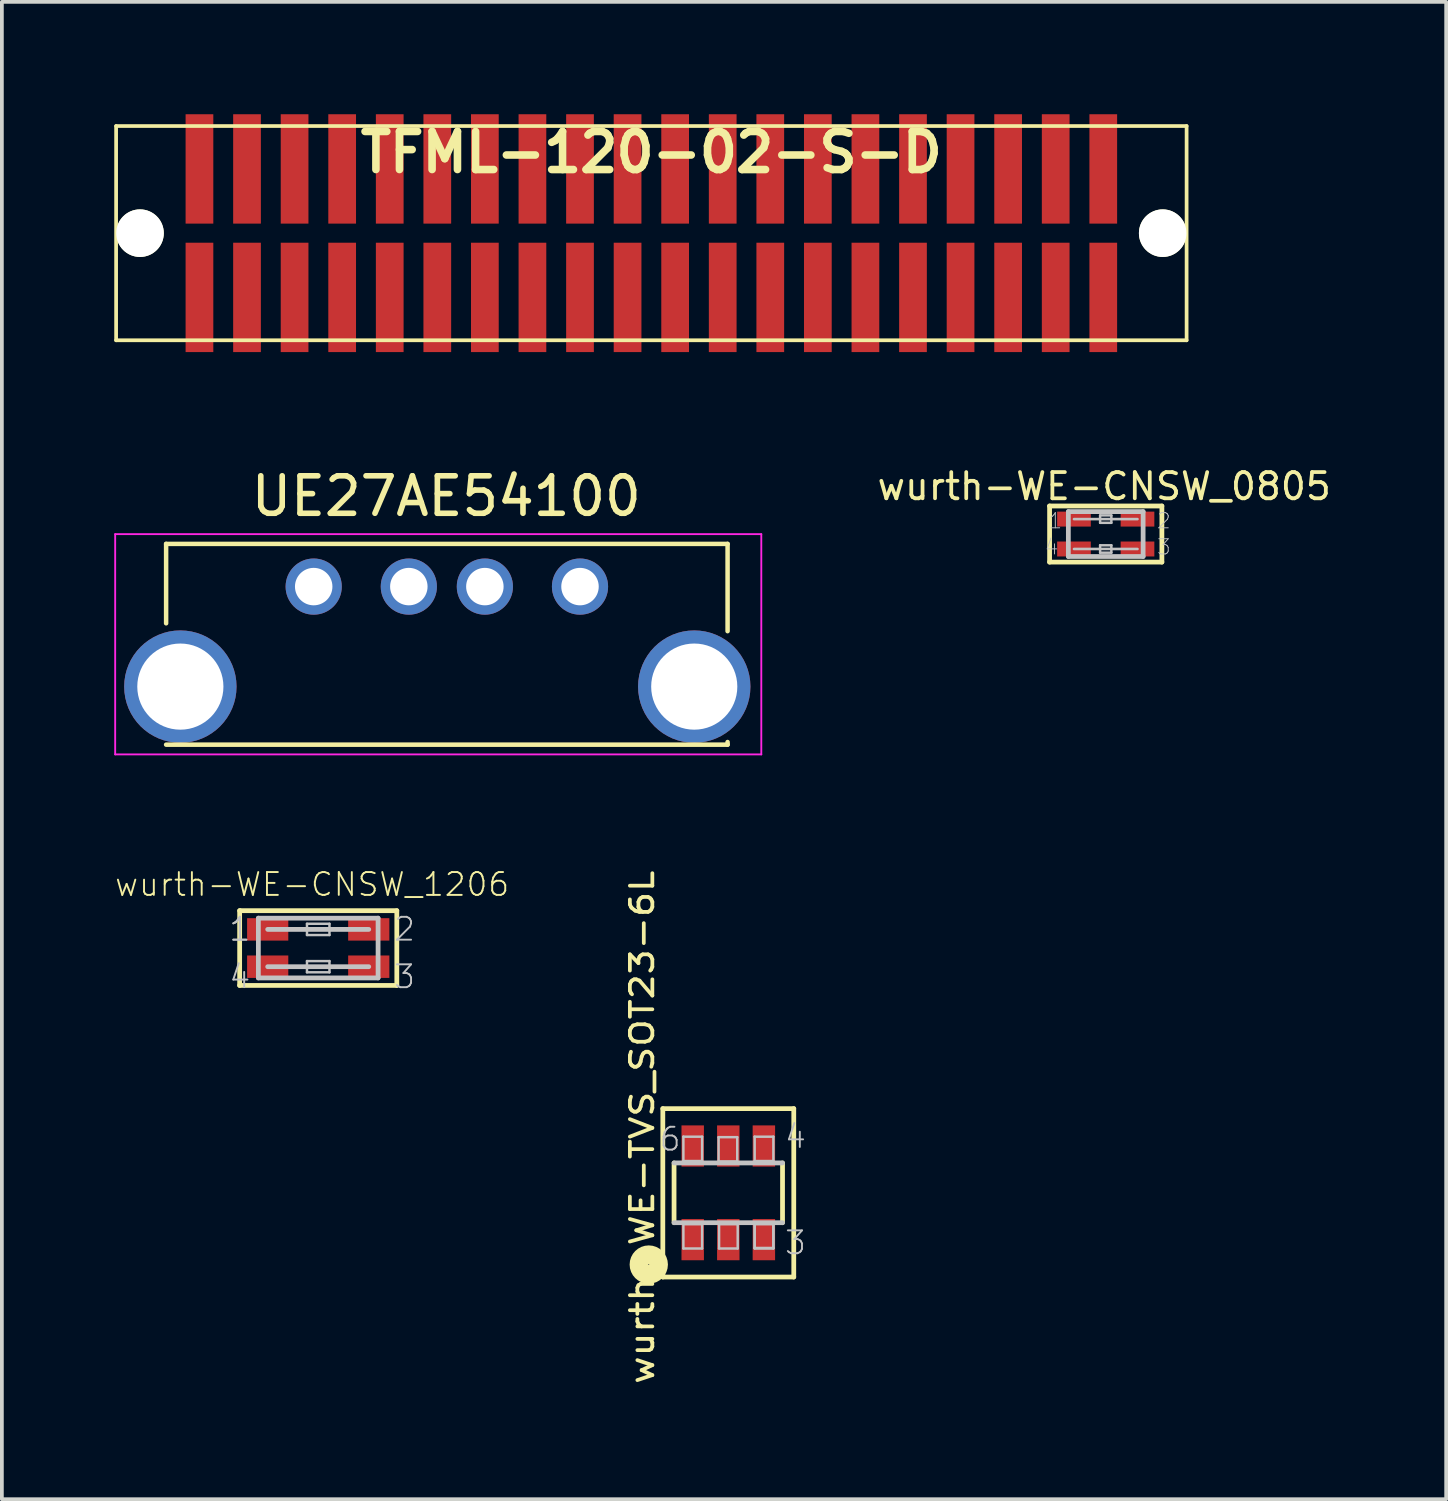
<source format=kicad_pcb>
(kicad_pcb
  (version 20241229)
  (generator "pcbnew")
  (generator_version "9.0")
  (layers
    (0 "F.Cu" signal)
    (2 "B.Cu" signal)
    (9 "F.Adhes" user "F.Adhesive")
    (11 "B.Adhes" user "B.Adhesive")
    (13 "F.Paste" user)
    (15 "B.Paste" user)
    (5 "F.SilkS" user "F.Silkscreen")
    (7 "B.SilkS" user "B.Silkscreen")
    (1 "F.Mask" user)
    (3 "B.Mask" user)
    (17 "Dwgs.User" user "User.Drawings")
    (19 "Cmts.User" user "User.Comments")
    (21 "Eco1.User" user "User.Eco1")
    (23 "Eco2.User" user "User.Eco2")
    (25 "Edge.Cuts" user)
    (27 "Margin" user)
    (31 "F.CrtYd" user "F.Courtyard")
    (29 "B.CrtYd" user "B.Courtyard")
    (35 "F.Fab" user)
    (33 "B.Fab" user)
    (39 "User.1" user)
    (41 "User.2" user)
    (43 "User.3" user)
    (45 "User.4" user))
  (footprint "wurth-WE-CNSW_1206"
    (layer "F.Cu")
    (at 5.446 22.261)
    (property "Reference" "wurth-WE-CNSW_1206" (at -0.163 -1.699 0) (layer "F.SilkS") (effects (font (size 0.61 0.61) (thickness 0.051))))
    (attr smd)
    (fp_line (start -2.098 -0.998) (end 2.098 -0.998) (stroke (width 0.127) (type solid)) (layer "F.SilkS"))
    (fp_line (start -2.098 0.998) (end -2.098 -0.998) (stroke (width 0.127) (type solid)) (layer "F.SilkS"))
    (fp_line (start 2.098 -0.998) (end 2.098 0.998) (stroke (width 0.127) (type solid)) (layer "F.SilkS"))
    (fp_line (start 2.098 0.998) (end -2.098 0.998) (stroke (width 0.127) (type solid)) (layer "F.SilkS"))
    (fp_circle (center -2.078 -0.998) (end -2.101 -1.021) (stroke (width 0.048) (type solid)) (fill no) (layer "F.SilkS"))
    (fp_line (start -1.598 -0.798) (end -1.598 0.798) (stroke (width 0.127) (type solid)) (layer "Dwgs.User"))
    (fp_line (start -1.598 0.798) (end 1.598 0.798) (stroke (width 0.127) (type solid)) (layer "Dwgs.User"))
    (fp_line (start -0.3 -0.648) (end 0.3 -0.648) (stroke (width 0.066) (type solid)) (layer "Dwgs.User"))
    (fp_line (start -0.3 -0.348) (end -0.3 -0.648) (stroke (width 0.066) (type solid)) (layer "Dwgs.User"))
    (fp_line (start -0.3 -0.348) (end 0.3 -0.348) (stroke (width 0.066) (type solid)) (layer "Dwgs.User"))
    (fp_line (start -0.3 0.348) (end 0.3 0.348) (stroke (width 0.066) (type solid)) (layer "Dwgs.User"))
    (fp_line (start -0.3 0.648) (end -0.3 0.348) (stroke (width 0.066) (type solid)) (layer "Dwgs.User"))
    (fp_line (start -0.3 0.648) (end 0.3 0.648) (stroke (width 0.066) (type solid)) (layer "Dwgs.User"))
    (fp_line (start 0.3 -0.348) (end 0.3 -0.648) (stroke (width 0.066) (type solid)) (layer "Dwgs.User"))
    (fp_line (start 0.3 0.648) (end 0.3 0.348) (stroke (width 0.066) (type solid)) (layer "Dwgs.User"))
    (fp_line (start 1.349 -0.498) (end -1.349 -0.498) (stroke (width 0.127) (type solid)) (layer "Dwgs.User"))
    (fp_line (start 1.349 0.498) (end -1.349 0.498) (stroke (width 0.127) (type solid)) (layer "Dwgs.User"))
    (fp_line (start 1.598 -0.798) (end -1.598 -0.798) (stroke (width 0.127) (type solid)) (layer "Dwgs.User"))
    (fp_line (start 1.598 0.798) (end 1.598 -0.798) (stroke (width 0.127) (type solid)) (layer "Dwgs.User"))
    (fp_text user "3" (at 2.304 0.765 0) (layer "Dwgs.User") (effects (font (size 0.61 0.61) (thickness 0.051))))
    (fp_text user "4" (at -2.093 0.765 0) (layer "Dwgs.User") (effects (font (size 0.61 0.61) (thickness 0.051))))
    (fp_text user "1" (at -2.093 -0.503 0) (layer "Dwgs.User") (effects (font (size 0.61 0.61) (thickness 0.051))))
    (fp_text user "2" (at 2.304 -0.503 0) (layer "Dwgs.User") (effects (font (size 0.61 0.61) (thickness 0.051))))
    (fp_text user "1" (at -2.093 -0.503 0) (layer "Dwgs.User") (effects (font (size 0.61 0.61) (thickness 0.051))))
    (pad "1" smd rect (at -1.349 -0.498 180) (size 1.1 0.599) (layers "F.Cu" "F.Mask" "F.Paste"))
    (pad "2" smd rect (at 1.349 -0.498 180) (size 1.1 0.599) (layers "F.Cu" "F.Mask" "F.Paste"))
    (pad "3" smd rect (at 1.349 0.498 180) (size 1.1 0.599) (layers "F.Cu" "F.Mask" "F.Paste"))
    (pad "4" smd rect (at -1.349 0.498 180) (size 1.1 0.599) (layers "F.Cu" "F.Mask" "F.Paste")))
  (footprint "wurth-WE-CNSW_0805"
    (layer "F.Cu")
    (at 26.471 11.208)
    (property "Reference" "wurth-WE-CNSW_0805" (at -0.041 -1.273 0) (layer "F.SilkS") (effects (font (size 0.7 0.7) (thickness 0.1))))
    (attr smd)
    (fp_line (start -1.499 -0.749) (end 1.499 -0.749) (stroke (width 0.127) (type solid)) (layer "F.SilkS"))
    (fp_line (start -1.499 0.749) (end -1.499 -0.749) (stroke (width 0.127) (type solid)) (layer "F.SilkS"))
    (fp_line (start 1.499 -0.749) (end 1.499 0.749) (stroke (width 0.127) (type solid)) (layer "F.SilkS"))
    (fp_line (start 1.499 0.749) (end -1.499 0.749) (stroke (width 0.127) (type solid)) (layer "F.SilkS"))
    (fp_circle (center -1.499 -0.749) (end -1.521 -0.772) (stroke (width 0.048) (type solid)) (fill no) (layer "F.SilkS"))
    (fp_line (start -0.998 -0.599) (end 0.998 -0.599) (stroke (width 0.127) (type solid)) (layer "Dwgs.User"))
    (fp_line (start -0.998 0.599) (end -0.998 -0.599) (stroke (width 0.127) (type solid)) (layer "Dwgs.User"))
    (fp_line (start -0.15 -0.498) (end 0.15 -0.498) (stroke (width 0.066) (type solid)) (layer "Dwgs.User"))
    (fp_line (start -0.15 -0.3) (end -0.15 -0.498) (stroke (width 0.066) (type solid)) (layer "Dwgs.User"))
    (fp_line (start -0.15 -0.3) (end 0.15 -0.3) (stroke (width 0.066) (type solid)) (layer "Dwgs.User"))
    (fp_line (start -0.15 0.3) (end 0.15 0.3) (stroke (width 0.066) (type solid)) (layer "Dwgs.User"))
    (fp_line (start -0.15 0.498) (end -0.15 0.3) (stroke (width 0.066) (type solid)) (layer "Dwgs.User"))
    (fp_line (start -0.15 0.498) (end 0.15 0.498) (stroke (width 0.066) (type solid)) (layer "Dwgs.User"))
    (fp_line (start 0.15 -0.3) (end 0.15 -0.498) (stroke (width 0.066) (type solid)) (layer "Dwgs.User"))
    (fp_line (start 0.15 0.498) (end 0.15 0.3) (stroke (width 0.066) (type solid)) (layer "Dwgs.User"))
    (fp_line (start 0.848 -0.399) (end -0.848 -0.399) (stroke (width 0.069) (type solid)) (layer "Dwgs.User"))
    (fp_line (start 0.848 0.399) (end -0.848 0.399) (stroke (width 0.069) (type solid)) (layer "Dwgs.User"))
    (fp_line (start 0.998 -0.599) (end 0.998 0.599) (stroke (width 0.127) (type solid)) (layer "Dwgs.User"))
    (fp_line (start 0.998 0.599) (end -0.998 0.599) (stroke (width 0.127) (type solid)) (layer "Dwgs.User"))
    (fp_text user "4" (at -1.445 0.345 0) (layer "Dwgs.User") (effects (font (size 0.406 0.406) (thickness 0.025))))
    (fp_text user "2" (at 1.552 -0.353 0) (layer "Dwgs.User") (effects (font (size 0.406 0.406) (thickness 0.025))))
    (fp_text user "3" (at 1.552 0.345 0) (layer "Dwgs.User") (effects (font (size 0.406 0.406) (thickness 0.025))))
    (fp_text user "1" (at -1.346 -0.353 0) (layer "Dwgs.User") (effects (font (size 0.406 0.406) (thickness 0.025))))
    (pad "1" smd rect (at -0.848 -0.399 180) (size 0.899 0.399) (layers "F.Cu" "F.Mask" "F.Paste"))
    (pad "2" smd rect (at 0.848 -0.399 180) (size 0.899 0.399) (layers "F.Cu" "F.Mask" "F.Paste"))
    (pad "3" smd rect (at 0.848 0.399 180) (size 0.899 0.399) (layers "F.Cu" "F.Mask" "F.Paste"))
    (pad "4" smd rect (at -0.848 0.399 180) (size 0.899 0.399) (layers "F.Cu" "F.Mask" "F.Paste")))
  (footprint "wurth-WE-TVS_SOT23-6L"
    (layer "F.Cu")
    (at 16.394 28.796)
    (property "Reference" "wurth-WE-TVS_SOT23-6L" (at -2.3 -1.75 90) (layer "F.SilkS") (effects (font (size 0.6 0.7) (thickness 0.1))))
    (attr smd)
    (fp_line (start -1.748 -2.248) (end 1.748 -2.248) (stroke (width 0.127) (type solid)) (layer "F.SilkS"))
    (fp_line (start -1.748 2.248) (end -1.748 -2.248) (stroke (width 0.127) (type solid)) (layer "F.SilkS"))
    (fp_line (start -1.448 -0.798) (end -1.448 0.798) (stroke (width 0.127) (type solid)) (layer "F.SilkS"))
    (fp_line (start 1.448 0.798) (end 1.448 -0.798) (stroke (width 0.127) (type solid)) (layer "F.SilkS"))
    (fp_line (start 1.748 -2.248) (end 1.748 2.248) (stroke (width 0.127) (type solid)) (layer "F.SilkS"))
    (fp_line (start 1.748 2.248) (end -1.748 2.248) (stroke (width 0.127) (type solid)) (layer "F.SilkS"))
    (fp_circle (center -2.123 1.915) (end -2.131 1.923) (stroke (width 0.5) (type solid)) (fill no) (layer "F.SilkS"))
    (fp_line (start -1.448 0.798) (end 1.448 0.798) (stroke (width 0.127) (type solid)) (layer "Dwgs.User"))
    (fp_line (start -1.199 -1.499) (end -0.699 -1.499) (stroke (width 0.066) (type solid)) (layer "Dwgs.User"))
    (fp_line (start -1.199 -0.848) (end -1.199 -1.499) (stroke (width 0.066) (type solid)) (layer "Dwgs.User"))
    (fp_line (start -1.199 -0.848) (end -0.699 -0.848) (stroke (width 0.066) (type solid)) (layer "Dwgs.User"))
    (fp_line (start -1.199 0.836) (end -0.699 0.836) (stroke (width 0.066) (type solid)) (layer "Dwgs.User"))
    (fp_line (start -1.199 1.486) (end -1.199 0.836) (stroke (width 0.066) (type solid)) (layer "Dwgs.User"))
    (fp_line (start -1.199 1.486) (end -0.699 1.486) (stroke (width 0.066) (type solid)) (layer "Dwgs.User"))
    (fp_line (start -0.699 -0.848) (end -0.699 -1.499) (stroke (width 0.066) (type solid)) (layer "Dwgs.User"))
    (fp_line (start -0.699 1.486) (end -0.699 0.836) (stroke (width 0.066) (type solid)) (layer "Dwgs.User"))
    (fp_line (start -0.259 -1.486) (end 0.239 -1.486) (stroke (width 0.066) (type solid)) (layer "Dwgs.User"))
    (fp_line (start -0.259 -0.836) (end -0.259 -1.486) (stroke (width 0.066) (type solid)) (layer "Dwgs.User"))
    (fp_line (start -0.259 -0.836) (end 0.239 -0.836) (stroke (width 0.066) (type solid)) (layer "Dwgs.User"))
    (fp_line (start -0.246 0.836) (end 0.251 0.836) (stroke (width 0.066) (type solid)) (layer "Dwgs.User"))
    (fp_line (start -0.246 1.486) (end -0.246 0.836) (stroke (width 0.066) (type solid)) (layer "Dwgs.User"))
    (fp_line (start -0.246 1.486) (end 0.251 1.486) (stroke (width 0.066) (type solid)) (layer "Dwgs.User"))
    (fp_line (start 0.239 -0.836) (end 0.239 -1.486) (stroke (width 0.066) (type solid)) (layer "Dwgs.User"))
    (fp_line (start 0.251 1.486) (end 0.251 0.836) (stroke (width 0.066) (type solid)) (layer "Dwgs.User"))
    (fp_line (start 0.704 -1.499) (end 1.204 -1.499) (stroke (width 0.066) (type solid)) (layer "Dwgs.User"))
    (fp_line (start 0.704 -0.848) (end 0.704 -1.499) (stroke (width 0.066) (type solid)) (layer "Dwgs.User"))
    (fp_line (start 0.704 -0.848) (end 1.204 -0.848) (stroke (width 0.066) (type solid)) (layer "Dwgs.User"))
    (fp_line (start 0.704 0.823) (end 1.204 0.823) (stroke (width 0.066) (type solid)) (layer "Dwgs.User"))
    (fp_line (start 0.704 0.836) (end 1.204 0.836) (stroke (width 0.066) (type solid)) (layer "Dwgs.User"))
    (fp_line (start 0.704 1.473) (end 0.704 0.823) (stroke (width 0.066) (type solid)) (layer "Dwgs.User"))
    (fp_line (start 0.704 1.473) (end 1.204 1.473) (stroke (width 0.066) (type solid)) (layer "Dwgs.User"))
    (fp_line (start 0.704 1.486) (end 0.704 0.836) (stroke (width 0.066) (type solid)) (layer "Dwgs.User"))
    (fp_line (start 0.704 1.486) (end 1.204 1.486) (stroke (width 0.066) (type solid)) (layer "Dwgs.User"))
    (fp_line (start 1.204 -0.848) (end 1.204 -1.499) (stroke (width 0.066) (type solid)) (layer "Dwgs.User"))
    (fp_line (start 1.204 1.473) (end 1.204 0.823) (stroke (width 0.066) (type solid)) (layer "Dwgs.User"))
    (fp_line (start 1.204 1.486) (end 1.204 0.836) (stroke (width 0.066) (type solid)) (layer "Dwgs.User"))
    (fp_line (start 1.448 -0.798) (end -1.448 -0.798) (stroke (width 0.127) (type solid)) (layer "Dwgs.User"))
    (fp_text user "4" (at 1.793 -1.504 0) (layer "Dwgs.User") (effects (font (size 0.61 0.61) (thickness 0.051))))
    (fp_text user "6" (at -1.554 -1.433 0) (layer "Dwgs.User") (effects (font (size 0.61 0.61) (thickness 0.051))))
    (fp_text user "3" (at 1.793 1.333 0) (layer "Dwgs.User") (effects (font (size 0.61 0.61) (thickness 0.051))))
    (pad "1" smd rect (at -0.95 1.25) (size 0.599 1.1) (layers "F.Cu" "F.Mask" "F.Paste"))
    (pad "2" smd rect (at 0 1.25) (size 0.599 1.1) (layers "F.Cu" "F.Mask" "F.Paste"))
    (pad "3" smd rect (at 0.95 1.25) (size 0.599 1.1) (layers "F.Cu" "F.Mask" "F.Paste"))
    (pad "4" smd rect (at 0.95 -1.25) (size 0.599 1.1) (layers "F.Cu" "F.Mask" "F.Paste"))
    (pad "5" smd rect (at 0 -1.25) (size 0.599 1.1) (layers "F.Cu" "F.Mask" "F.Paste"))
    (pad "6" smd rect (at -0.95 -1.25) (size 0.599 1.1) (layers "F.Cu" "F.Mask" "F.Paste")))
  (footprint "UE27AE54100"
    (layer "F.Cu")
    (at 8.865 12.611)
    (property "Reference" "UE27AE54100" (at 0 -2.413 0) (layer "F.SilkS") (effects (font (size 1 1) (thickness 0.15))))
    (attr through_hole)
    (fp_line (start -7.48 -1.14) (end -7.48 0.98) (stroke (width 0.12) (type solid)) (layer "F.SilkS"))
    (fp_line (start 7.51 -1.14) (end -7.48 -1.14) (stroke (width 0.12) (type solid)) (layer "F.SilkS"))
    (fp_line (start 7.51 -1.14) (end 7.51 1.19) (stroke (width 0.12) (type solid)) (layer "F.SilkS"))
    (fp_line (start 7.51 4.15) (end 7.51 4.22) (stroke (width 0.12) (type solid)) (layer "F.SilkS"))
    (fp_line (start 7.51 4.22) (end -7.48 4.22) (stroke (width 0.12) (type solid)) (layer "F.SilkS"))
    (fp_line (start -8.84 -1.4) (end 8.41 -1.4) (stroke (width 0.05) (type solid)) (layer "F.CrtYd"))
    (fp_line (start -8.84 4.48) (end -8.84 -1.4) (stroke (width 0.05) (type solid)) (layer "F.CrtYd"))
    (fp_line (start -8.84 4.48) (end 8.41 4.48) (stroke (width 0.05) (type solid)) (layer "F.CrtYd"))
    (fp_line (start 8.41 -1.4) (end 8.41 4.48) (stroke (width 0.05) (type solid)) (layer "F.CrtYd"))
    (pad "1" thru_hole circle (at -3.54 0 270) (size 1.5 1.5) (drill 1) (layers "*.Cu" "*.Mask"))
    (pad "2" thru_hole circle (at -1 0 270) (size 1.5 1.5) (drill 1) (layers "*.Cu" "*.Mask"))
    (pad "3" thru_hole circle (at 1.03 0 270) (size 1.5 1.5) (drill 1) (layers "*.Cu" "*.Mask"))
    (pad "4" thru_hole circle (at 3.57 0 270) (size 1.5 1.5) (drill 1) (layers "*.Cu" "*.Mask"))
    (pad "5" thru_hole circle (at -7.1 2.67 270) (size 3 3) (drill 2.3) (layers "*.Cu" "*.Mask"))
    (pad "5" thru_hole circle (at 6.62 2.67 270) (size 3 3) (drill 2.3) (layers "*.Cu" "*.Mask")))
  (footprint "TFML-120-02-S-D"
    (layer "F.Cu")
    (at 14.34 3.175)
    (property "Reference" "TFML-120-02-S-D" (at 0 -2.159 0) (layer "F.SilkS") (effects (font (size 1.016 1.016) (thickness 0.203))))
    (attr through_hole)
    (fp_line (start -14.29 2.86) (end -14.29 -2.86) (stroke (width 0.099) (type solid)) (layer "F.SilkS"))
    (fp_line (start -14.29 2.86) (end 14.29 2.86) (stroke (width 0.099) (type solid)) (layer "F.SilkS"))
    (fp_line (start 14.29 -2.86) (end -14.29 -2.86) (stroke (width 0.099) (type solid)) (layer "F.SilkS"))
    (fp_line (start 14.29 2.86) (end 14.29 -2.86) (stroke (width 0.099) (type solid)) (layer "F.SilkS"))
    (pad "" np_thru_hole circle (at -13.652 0) (size 1.27 1.27) (drill 1.27) (layers "*.Cu" "*.Mask" "F.SilkS"))
    (pad "" np_thru_hole circle (at 13.652 0) (size 1.27 1.27) (drill 1.27) (layers "*.Cu" "*.Mask" "F.SilkS"))
    (pad "1" smd rect (at -12.065 1.715) (size 0.74 2.92) (layers "F.Cu" "F.Mask" "F.Paste"))
    (pad "2" smd rect (at -12.065 -1.715) (size 0.74 2.92) (layers "F.Cu" "F.Mask" "F.Paste"))
    (pad "3" smd rect (at -10.795 1.715) (size 0.74 2.92) (layers "F.Cu" "F.Mask" "F.Paste"))
    (pad "4" smd rect (at -10.795 -1.715) (size 0.74 2.92) (layers "F.Cu" "F.Mask" "F.Paste"))
    (pad "5" smd rect (at -9.525 1.715) (size 0.74 2.92) (layers "F.Cu" "F.Mask" "F.Paste"))
    (pad "6" smd rect (at -9.525 -1.715) (size 0.74 2.92) (layers "F.Cu" "F.Mask" "F.Paste"))
    (pad "7" smd rect (at -8.255 1.715) (size 0.74 2.92) (layers "F.Cu" "F.Mask" "F.Paste"))
    (pad "8" smd rect (at -8.255 -1.715) (size 0.74 2.92) (layers "F.Cu" "F.Mask" "F.Paste"))
    (pad "9" smd rect (at -6.985 1.715) (size 0.74 2.92) (layers "F.Cu" "F.Mask" "F.Paste"))
    (pad "10" smd rect (at -6.985 -1.715) (size 0.74 2.92) (layers "F.Cu" "F.Mask" "F.Paste"))
    (pad "11" smd rect (at -5.715 1.715) (size 0.74 2.92) (layers "F.Cu" "F.Mask" "F.Paste"))
    (pad "12" smd rect (at -5.715 -1.715) (size 0.74 2.92) (layers "F.Cu" "F.Mask" "F.Paste"))
    (pad "13" smd rect (at -4.445 1.715) (size 0.74 2.92) (layers "F.Cu" "F.Mask" "F.Paste"))
    (pad "14" smd rect (at -4.445 -1.715) (size 0.74 2.92) (layers "F.Cu" "F.Mask" "F.Paste"))
    (pad "15" smd rect (at -3.175 1.715) (size 0.74 2.92) (layers "F.Cu" "F.Mask" "F.Paste"))
    (pad "16" smd rect (at -3.175 -1.715) (size 0.74 2.92) (layers "F.Cu" "F.Mask" "F.Paste"))
    (pad "17" smd rect (at -1.905 1.715) (size 0.74 2.92) (layers "F.Cu" "F.Mask" "F.Paste"))
    (pad "18" smd rect (at -1.905 -1.715) (size 0.74 2.92) (layers "F.Cu" "F.Mask" "F.Paste"))
    (pad "19" smd rect (at -0.635 1.715) (size 0.74 2.92) (layers "F.Cu" "F.Mask" "F.Paste"))
    (pad "20" smd rect (at -0.635 -1.715) (size 0.74 2.92) (layers "F.Cu" "F.Mask" "F.Paste"))
    (pad "21" smd rect (at 0.635 1.715) (size 0.74 2.92) (layers "F.Cu" "F.Mask" "F.Paste"))
    (pad "22" smd rect (at 0.635 -1.715) (size 0.74 2.92) (layers "F.Cu" "F.Mask" "F.Paste"))
    (pad "23" smd rect (at 1.905 1.715) (size 0.74 2.92) (layers "F.Cu" "F.Mask" "F.Paste"))
    (pad "24" smd rect (at 1.905 -1.715) (size 0.74 2.92) (layers "F.Cu" "F.Mask" "F.Paste"))
    (pad "25" smd rect (at 3.175 1.715) (size 0.74 2.92) (layers "F.Cu" "F.Mask" "F.Paste"))
    (pad "26" smd rect (at 3.175 -1.715) (size 0.74 2.92) (layers "F.Cu" "F.Mask" "F.Paste"))
    (pad "27" smd rect (at 4.445 1.715) (size 0.74 2.92) (layers "F.Cu" "F.Mask" "F.Paste"))
    (pad "28" smd rect (at 4.445 -1.715) (size 0.74 2.92) (layers "F.Cu" "F.Mask" "F.Paste"))
    (pad "29" smd rect (at 5.715 1.715) (size 0.74 2.92) (layers "F.Cu" "F.Mask" "F.Paste"))
    (pad "30" smd rect (at 5.715 -1.715) (size 0.74 2.92) (layers "F.Cu" "F.Mask" "F.Paste"))
    (pad "31" smd rect (at 6.985 1.715) (size 0.74 2.92) (layers "F.Cu" "F.Mask" "F.Paste"))
    (pad "32" smd rect (at 6.985 -1.715) (size 0.74 2.92) (layers "F.Cu" "F.Mask" "F.Paste"))
    (pad "33" smd rect (at 8.255 1.715) (size 0.74 2.92) (layers "F.Cu" "F.Mask" "F.Paste"))
    (pad "34" smd rect (at 8.255 -1.715) (size 0.74 2.92) (layers "F.Cu" "F.Mask" "F.Paste"))
    (pad "35" smd rect (at 9.525 1.715) (size 0.74 2.92) (layers "F.Cu" "F.Mask" "F.Paste"))
    (pad "36" smd rect (at 9.525 -1.715) (size 0.74 2.92) (layers "F.Cu" "F.Mask" "F.Paste"))
    (pad "37" smd rect (at 10.795 1.715) (size 0.74 2.92) (layers "F.Cu" "F.Mask" "F.Paste"))
    (pad "38" smd rect (at 10.795 -1.715) (size 0.74 2.92) (layers "F.Cu" "F.Mask" "F.Paste"))
    (pad "39" smd rect (at 12.065 1.715) (size 0.74 2.92) (layers "F.Cu" "F.Mask" "F.Paste"))
    (pad "40" smd rect (at 12.065 -1.715) (size 0.74 2.92) (layers "F.Cu" "F.Mask" "F.Paste")))
  (gr_rect
    (start -3 -3)
    (end 35.56 36.976)
    (stroke (width 0.1) (type default))
    (fill no)
    (layer "Edge.Cuts")))
</source>
